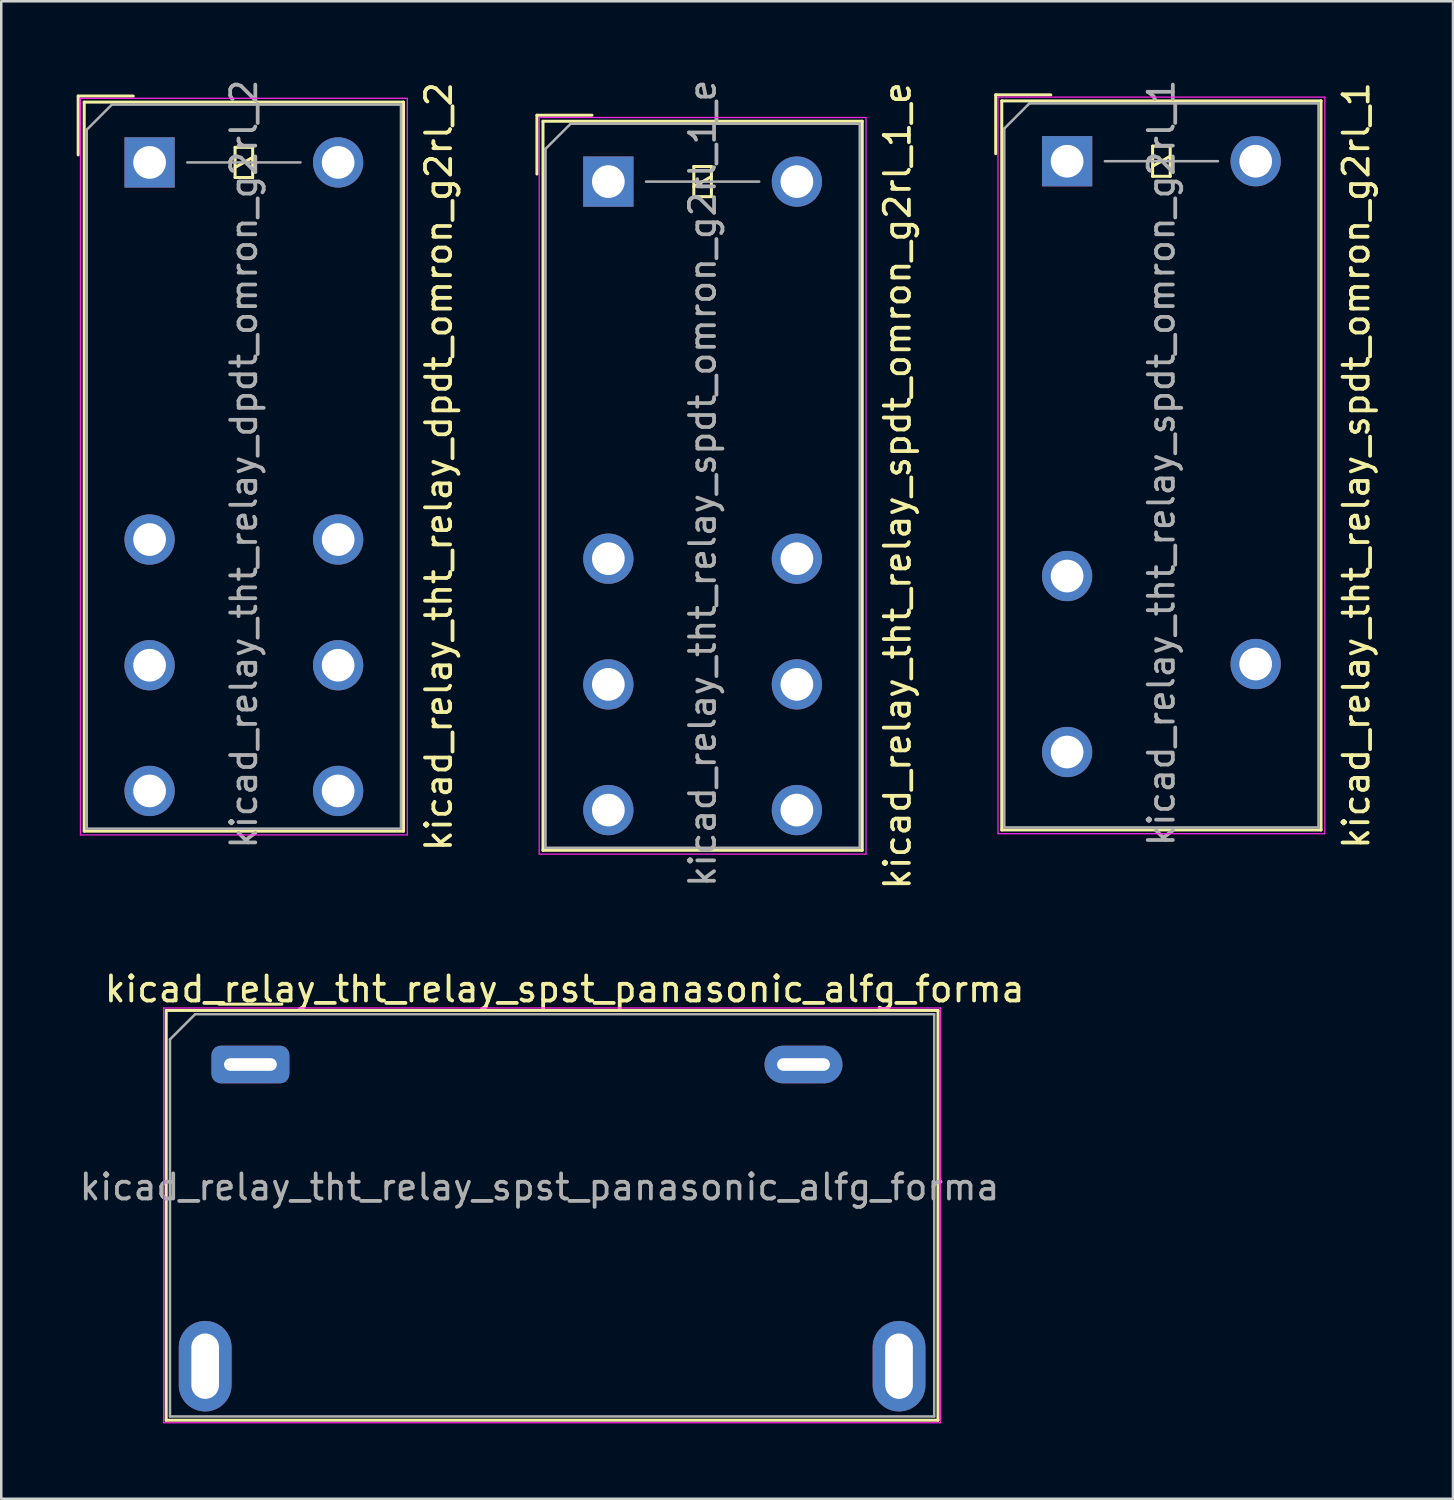
<source format=kicad_pcb>
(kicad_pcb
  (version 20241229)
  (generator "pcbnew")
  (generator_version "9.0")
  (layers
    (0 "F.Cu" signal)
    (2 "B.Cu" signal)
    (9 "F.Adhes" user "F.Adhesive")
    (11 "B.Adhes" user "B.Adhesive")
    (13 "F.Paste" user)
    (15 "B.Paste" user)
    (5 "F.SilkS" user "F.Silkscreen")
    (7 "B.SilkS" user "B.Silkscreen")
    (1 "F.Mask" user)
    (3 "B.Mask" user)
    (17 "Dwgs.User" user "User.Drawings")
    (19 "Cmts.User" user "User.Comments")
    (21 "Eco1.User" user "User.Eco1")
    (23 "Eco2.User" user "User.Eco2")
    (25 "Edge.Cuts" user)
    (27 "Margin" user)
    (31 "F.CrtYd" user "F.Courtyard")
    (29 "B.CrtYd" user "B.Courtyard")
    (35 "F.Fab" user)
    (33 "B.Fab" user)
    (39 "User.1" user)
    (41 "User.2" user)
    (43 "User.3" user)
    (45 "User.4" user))
  (footprint "kicad_relay_tht_relay_dpdt_omron_g2rl_2"
    (layer "F.Cu")
    (at 2.9 3.411)
    (property "Reference" "kicad_relay_tht_relay_dpdt_omron_g2rl_2" (at 11.5 12.1 90) (layer "F.SilkS") (effects (font (size 1 1) (thickness 0.15))))
    (attr through_hole)
    (fp_line (start -2.84 -2.64) (end -0.65 -2.64) (stroke (width 0.12) (type solid)) (layer "F.SilkS"))
    (fp_line (start -2.84 -0.3) (end -2.84 -2.64) (stroke (width 0.12) (type solid)) (layer "F.SilkS"))
    (fp_line (start -2.6 -2.4) (end -2.6 26.6) (stroke (width 0.12) (type solid)) (layer "F.SilkS"))
    (fp_line (start -2.6 26.6) (end 10.1 26.6) (stroke (width 0.12) (type solid)) (layer "F.SilkS"))
    (fp_line (start 3.4 -0.6) (end 3.4 0.6) (stroke (width 0.12) (type solid)) (layer "F.SilkS"))
    (fp_line (start 3.4 0.2) (end 4.1 -0.2) (stroke (width 0.12) (type solid)) (layer "F.SilkS"))
    (fp_line (start 3.4 0.6) (end 4.1 0.6) (stroke (width 0.12) (type solid)) (layer "F.SilkS"))
    (fp_line (start 4.1 -0.6) (end 3.4 -0.6) (stroke (width 0.12) (type solid)) (layer "F.SilkS"))
    (fp_line (start 4.1 0.6) (end 4.1 -0.6) (stroke (width 0.12) (type solid)) (layer "F.SilkS"))
    (fp_line (start 10.1 -2.4) (end -2.6 -2.4) (stroke (width 0.12) (type solid)) (layer "F.SilkS"))
    (fp_line (start 10.1 26.6) (end 10.1 -2.4) (stroke (width 0.12) (type solid)) (layer "F.SilkS"))
    (fp_line (start -2.75 -2.55) (end -2.75 26.75) (stroke (width 0.05) (type solid)) (layer "F.CrtYd"))
    (fp_line (start -2.75 26.75) (end 10.25 26.75) (stroke (width 0.05) (type solid)) (layer "F.CrtYd"))
    (fp_line (start 10.25 -2.55) (end -2.75 -2.55) (stroke (width 0.05) (type solid)) (layer "F.CrtYd"))
    (fp_line (start 10.25 26.75) (end 10.25 -2.55) (stroke (width 0.05) (type solid)) (layer "F.CrtYd"))
    (fp_line (start -2.5 -1.3) (end -2.5 26.5) (stroke (width 0.1) (type solid)) (layer "F.Fab"))
    (fp_line (start -2.5 26.5) (end 10 26.5) (stroke (width 0.1) (type solid)) (layer "F.Fab"))
    (fp_line (start -1.5 -2.3) (end -2.5 -1.3) (stroke (width 0.1) (type solid)) (layer "F.Fab"))
    (fp_line (start 1.5 0) (end 6 0) (stroke (width 0.1) (type solid)) (layer "F.Fab"))
    (fp_line (start 10 -2.3) (end -1.5 -2.3) (stroke (width 0.1) (type solid)) (layer "F.Fab"))
    (fp_line (start 10 26.5) (end 10 -2.3) (stroke (width 0.1) (type solid)) (layer "F.Fab"))
    (fp_text user "${REFERENCE}" (at 3.75 12 90) (layer "F.Fab") (effects (font (size 1 1) (thickness 0.15))))
    (pad "11" thru_hole circle (at 0 20) (size 2 2) (drill 1.3) (layers "*.Cu" "*.Mask"))
    (pad "12" thru_hole circle (at 0 15) (size 2 2) (drill 1.3) (layers "*.Cu" "*.Mask"))
    (pad "14" thru_hole circle (at 0 25) (size 2 2) (drill 1.3) (layers "*.Cu" "*.Mask"))
    (pad "21" thru_hole circle (at 7.5 20) (size 2 2) (drill 1.3) (layers "*.Cu" "*.Mask"))
    (pad "22" thru_hole circle (at 7.5 15) (size 2 2) (drill 1.3) (layers "*.Cu" "*.Mask"))
    (pad "24" thru_hole circle (at 7.5 25) (size 2 2) (drill 1.3) (layers "*.Cu" "*.Mask"))
    (pad "A1" thru_hole rect (at 0 0) (size 2 2) (drill 1.3) (layers "*.Cu" "*.Mask"))
    (pad "A2" thru_hole circle (at 7.5 0) (size 2 2) (drill 1.3) (layers "*.Cu" "*.Mask")))
  (footprint "kicad_relay_tht_relay_spdt_omron_g2rl_1_e"
    (layer "F.Cu")
    (at 21.148 4.173)
    (property "Reference" "kicad_relay_tht_relay_spdt_omron_g2rl_1_e" (at 11.5 12.1 90) (layer "F.SilkS") (effects (font (size 1 1) (thickness 0.15))))
    (attr through_hole)
    (fp_line (start -2.84 -2.64) (end -0.65 -2.64) (stroke (width 0.12) (type solid)) (layer "F.SilkS"))
    (fp_line (start -2.84 -0.3) (end -2.84 -2.64) (stroke (width 0.12) (type solid)) (layer "F.SilkS"))
    (fp_line (start -2.6 -2.4) (end -2.6 26.6) (stroke (width 0.12) (type solid)) (layer "F.SilkS"))
    (fp_line (start -2.6 26.6) (end 10.1 26.6) (stroke (width 0.12) (type solid)) (layer "F.SilkS"))
    (fp_line (start 3.4 -0.6) (end 3.4 0.6) (stroke (width 0.12) (type solid)) (layer "F.SilkS"))
    (fp_line (start 3.4 0.2) (end 4.1 -0.2) (stroke (width 0.12) (type solid)) (layer "F.SilkS"))
    (fp_line (start 3.4 0.6) (end 4.1 0.6) (stroke (width 0.12) (type solid)) (layer "F.SilkS"))
    (fp_line (start 4.1 -0.6) (end 3.4 -0.6) (stroke (width 0.12) (type solid)) (layer "F.SilkS"))
    (fp_line (start 4.1 0.6) (end 4.1 -0.6) (stroke (width 0.12) (type solid)) (layer "F.SilkS"))
    (fp_line (start 10.1 -2.4) (end -2.6 -2.4) (stroke (width 0.12) (type solid)) (layer "F.SilkS"))
    (fp_line (start 10.1 26.6) (end 10.1 -2.4) (stroke (width 0.12) (type solid)) (layer "F.SilkS"))
    (fp_line (start -2.75 -2.55) (end -2.75 26.75) (stroke (width 0.05) (type solid)) (layer "F.CrtYd"))
    (fp_line (start -2.75 26.75) (end 10.25 26.75) (stroke (width 0.05) (type solid)) (layer "F.CrtYd"))
    (fp_line (start 10.25 -2.55) (end -2.75 -2.55) (stroke (width 0.05) (type solid)) (layer "F.CrtYd"))
    (fp_line (start 10.25 26.75) (end 10.25 -2.55) (stroke (width 0.05) (type solid)) (layer "F.CrtYd"))
    (fp_line (start -2.5 -1.3) (end -2.5 26.5) (stroke (width 0.1) (type solid)) (layer "F.Fab"))
    (fp_line (start -2.5 26.5) (end 10 26.5) (stroke (width 0.1) (type solid)) (layer "F.Fab"))
    (fp_line (start -1.5 -2.3) (end -2.5 -1.3) (stroke (width 0.1) (type solid)) (layer "F.Fab"))
    (fp_line (start 1.5 0) (end 6 0) (stroke (width 0.1) (type solid)) (layer "F.Fab"))
    (fp_line (start 10 -2.3) (end -1.5 -2.3) (stroke (width 0.1) (type solid)) (layer "F.Fab"))
    (fp_line (start 10 26.5) (end 10 -2.3) (stroke (width 0.1) (type solid)) (layer "F.Fab"))
    (fp_text user "${REFERENCE}" (at 3.75 12 90) (layer "F.Fab") (effects (font (size 1 1) (thickness 0.15))))
    (pad "11" thru_hole circle (at 0 20) (size 2 2) (drill 1.3) (layers "*.Cu" "*.Mask"))
    (pad "11" thru_hole circle (at 7.5 20) (size 2 2) (drill 1.3) (layers "*.Cu" "*.Mask"))
    (pad "12" thru_hole circle (at 0 15) (size 2 2) (drill 1.3) (layers "*.Cu" "*.Mask"))
    (pad "12" thru_hole circle (at 7.5 15) (size 2 2) (drill 1.3) (layers "*.Cu" "*.Mask"))
    (pad "14" thru_hole circle (at 0 25) (size 2 2) (drill 1.3) (layers "*.Cu" "*.Mask"))
    (pad "14" thru_hole circle (at 7.5 25) (size 2 2) (drill 1.3) (layers "*.Cu" "*.Mask"))
    (pad "A1" thru_hole rect (at 0 0) (size 2 2) (drill 1.3) (layers "*.Cu" "*.Mask"))
    (pad "A2" thru_hole circle (at 7.5 0) (size 2 2) (drill 1.3) (layers "*.Cu" "*.Mask")))
  (footprint "kicad_relay_tht_relay_spdt_omron_g2rl_1"
    (layer "F.Cu")
    (at 39.397 3.363)
    (property "Reference" "kicad_relay_tht_relay_spdt_omron_g2rl_1" (at 11.5 12.1 90) (layer "F.SilkS") (effects (font (size 1 1) (thickness 0.15))))
    (attr through_hole)
    (fp_line (start -2.84 -2.64) (end -0.65 -2.64) (stroke (width 0.12) (type solid)) (layer "F.SilkS"))
    (fp_line (start -2.84 -0.3) (end -2.84 -2.64) (stroke (width 0.12) (type solid)) (layer "F.SilkS"))
    (fp_line (start -2.6 -2.4) (end -2.6 26.6) (stroke (width 0.12) (type solid)) (layer "F.SilkS"))
    (fp_line (start -2.6 26.6) (end 10.1 26.6) (stroke (width 0.12) (type solid)) (layer "F.SilkS"))
    (fp_line (start 3.4 -0.6) (end 3.4 0.6) (stroke (width 0.12) (type solid)) (layer "F.SilkS"))
    (fp_line (start 3.4 0.2) (end 4.1 -0.2) (stroke (width 0.12) (type solid)) (layer "F.SilkS"))
    (fp_line (start 3.4 0.6) (end 4.1 0.6) (stroke (width 0.12) (type solid)) (layer "F.SilkS"))
    (fp_line (start 4.1 -0.6) (end 3.4 -0.6) (stroke (width 0.12) (type solid)) (layer "F.SilkS"))
    (fp_line (start 4.1 0.6) (end 4.1 -0.6) (stroke (width 0.12) (type solid)) (layer "F.SilkS"))
    (fp_line (start 10.1 -2.4) (end -2.6 -2.4) (stroke (width 0.12) (type solid)) (layer "F.SilkS"))
    (fp_line (start 10.1 26.6) (end 10.1 -2.4) (stroke (width 0.12) (type solid)) (layer "F.SilkS"))
    (fp_line (start -2.75 -2.55) (end -2.75 26.75) (stroke (width 0.05) (type solid)) (layer "F.CrtYd"))
    (fp_line (start -2.75 26.75) (end 10.25 26.75) (stroke (width 0.05) (type solid)) (layer "F.CrtYd"))
    (fp_line (start 10.25 -2.55) (end -2.75 -2.55) (stroke (width 0.05) (type solid)) (layer "F.CrtYd"))
    (fp_line (start 10.25 26.75) (end 10.25 -2.55) (stroke (width 0.05) (type solid)) (layer "F.CrtYd"))
    (fp_line (start -2.5 -1.3) (end -2.5 26.5) (stroke (width 0.1) (type solid)) (layer "F.Fab"))
    (fp_line (start -2.5 26.5) (end 10 26.5) (stroke (width 0.1) (type solid)) (layer "F.Fab"))
    (fp_line (start -1.5 -2.3) (end -2.5 -1.3) (stroke (width 0.1) (type solid)) (layer "F.Fab"))
    (fp_line (start 1.5 0) (end 6 0) (stroke (width 0.1) (type solid)) (layer "F.Fab"))
    (fp_line (start 10 -2.3) (end -1.5 -2.3) (stroke (width 0.1) (type solid)) (layer "F.Fab"))
    (fp_line (start 10 26.5) (end 10 -2.3) (stroke (width 0.1) (type solid)) (layer "F.Fab"))
    (fp_text user "${REFERENCE}" (at 3.75 12 90) (layer "F.Fab") (effects (font (size 1 1) (thickness 0.15))))
    (pad "11" thru_hole circle (at 7.5 20) (size 2 2) (drill 1.3) (layers "*.Cu" "*.Mask"))
    (pad "12" thru_hole circle (at 0 16.5) (size 2 2) (drill 1.3) (layers "*.Cu" "*.Mask"))
    (pad "14" thru_hole circle (at 0 23.5) (size 2 2) (drill 1.3) (layers "*.Cu" "*.Mask"))
    (pad "A1" thru_hole rect (at 0 0) (size 2 2) (drill 1.3) (layers "*.Cu" "*.Mask"))
    (pad "A2" thru_hole circle (at 7.5 0) (size 2 2) (drill 1.3) (layers "*.Cu" "*.Mask")))
  (footprint "kicad_relay_tht_relay_spst_panasonic_alfg_forma"
    (layer "F.Cu")
    (at 6.911 39.293)
    (property "Reference" "kicad_relay_tht_relay_spst_panasonic_alfg_forma" (at 12.5 -3 0) (layer "F.SilkS") (effects (font (size 1 1) (thickness 0.15))))
    (attr through_hole)
    (fp_line (start -3.35 -2.15) (end -3.35 14.15) (stroke (width 0.12) (type solid)) (layer "F.SilkS"))
    (fp_line (start -3.35 14.15) (end 27.35 14.15) (stroke (width 0.12) (type solid)) (layer "F.SilkS"))
    (fp_line (start -1.25 -2.4) (end 1.25 -2.4) (stroke (width 0.12) (type solid)) (layer "F.SilkS"))
    (fp_line (start 27.35 -2.15) (end -3.35 -2.15) (stroke (width 0.12) (type solid)) (layer "F.SilkS"))
    (fp_line (start 27.35 14.15) (end 27.35 -2.15) (stroke (width 0.12) (type solid)) (layer "F.SilkS"))
    (fp_line (start -3.45 -2.25) (end -3.45 14.25) (stroke (width 0.05) (type solid)) (layer "F.CrtYd"))
    (fp_line (start -3.45 -2.25) (end 27.45 -2.25) (stroke (width 0.05) (type solid)) (layer "F.CrtYd"))
    (fp_line (start -3.45 14.25) (end 27.45 14.25) (stroke (width 0.05) (type solid)) (layer "F.CrtYd"))
    (fp_line (start 27.45 -2.25) (end 27.45 14.25) (stroke (width 0.05) (type solid)) (layer "F.CrtYd"))
    (fp_line (start -3.2 -1) (end -2.2 -2) (stroke (width 0.1) (type default)) (layer "F.Fab"))
    (fp_line (start -3.2 14) (end -3.2 -1) (stroke (width 0.1) (type solid)) (layer "F.Fab"))
    (fp_line (start -2.2 -2) (end 27.2 -2) (stroke (width 0.1) (type solid)) (layer "F.Fab"))
    (fp_line (start 27.2 -2) (end 27.2 14) (stroke (width 0.1) (type solid)) (layer "F.Fab"))
    (fp_line (start 27.2 14) (end -3.2 14) (stroke (width 0.1) (type solid)) (layer "F.Fab"))
    (fp_text user "${REFERENCE}" (at 11.5 4.875 0) (layer "F.Fab") (effects (font (size 1 1) (thickness 0.15))))
    (pad "11" thru_hole oval (at -1.8 12) (size 2.1 3.6) (drill oval 1.1 2.6) (layers "*.Cu" "*.Mask"))
    (pad "14" thru_hole oval (at 25.8 12) (size 2.1 3.6) (drill oval 1.1 2.6) (layers "*.Cu" "*.Mask"))
    (pad "A1" thru_hole roundrect (at 0 0) (size 3.1 1.5) (drill oval 2.1 0.5) (layers "*.Cu" "*.Mask") (roundrect_rratio 0.25))
    (pad "A2" thru_hole oval (at 22 0) (size 3.1 1.5) (drill oval 2.1 0.5) (layers "*.Cu" "*.Mask")))
  (gr_rect
    (start -3 -3)
    (end 54.745 56.568)
    (stroke (width 0.1) (type default))
    (fill no)
    (layer "Edge.Cuts")))
</source>
